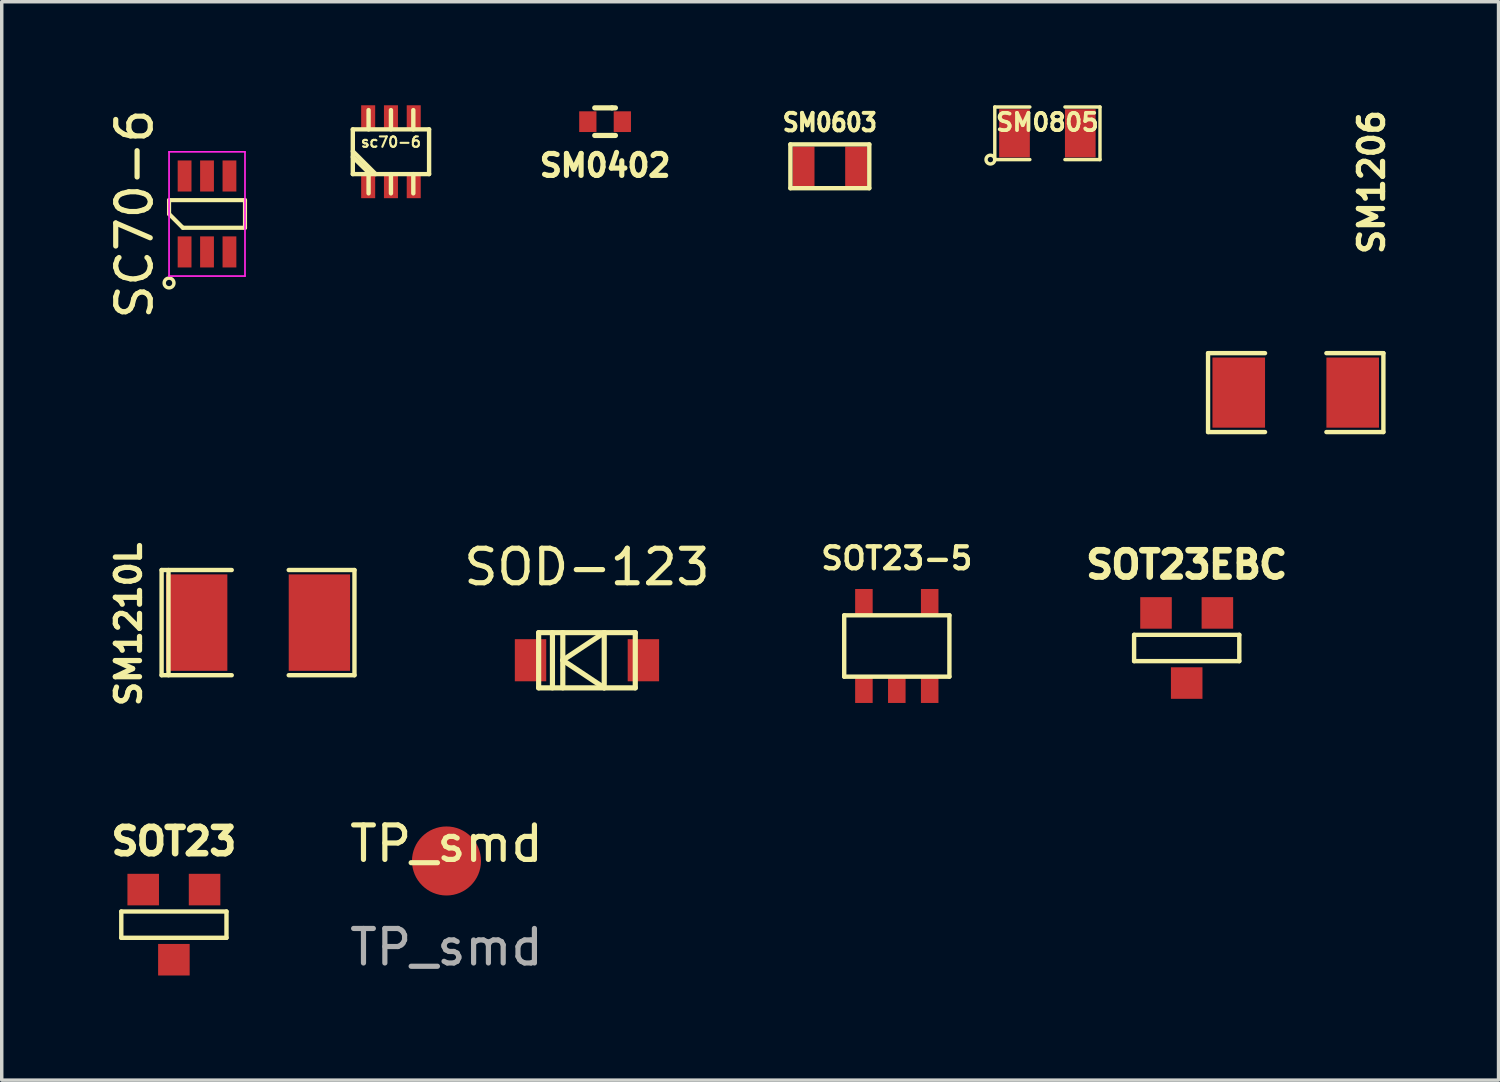
<source format=kicad_pcb>
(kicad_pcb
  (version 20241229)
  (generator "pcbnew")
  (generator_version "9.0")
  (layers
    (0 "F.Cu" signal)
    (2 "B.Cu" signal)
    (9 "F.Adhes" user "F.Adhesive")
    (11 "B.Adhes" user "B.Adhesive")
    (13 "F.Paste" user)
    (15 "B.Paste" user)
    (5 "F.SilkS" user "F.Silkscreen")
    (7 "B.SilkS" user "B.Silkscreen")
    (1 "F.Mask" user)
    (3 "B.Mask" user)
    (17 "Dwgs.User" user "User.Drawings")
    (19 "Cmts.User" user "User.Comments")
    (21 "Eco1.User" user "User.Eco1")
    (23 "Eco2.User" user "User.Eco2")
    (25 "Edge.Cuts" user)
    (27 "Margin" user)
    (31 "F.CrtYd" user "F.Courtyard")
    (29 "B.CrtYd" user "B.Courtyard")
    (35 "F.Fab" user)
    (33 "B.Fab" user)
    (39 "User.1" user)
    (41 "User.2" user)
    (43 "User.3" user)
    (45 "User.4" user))
  (footprint "SOD-123"
    (layer "F.Cu")
    (at 13.956 16.079)
    (property "Reference" "SOD-123" (at 0 -2.7 0) (layer "F.SilkS") (effects (font (size 1 1) (thickness 0.15))))
    (attr smd)
    (fp_line (start -1.4 -0.8) (end 1.4 -0.8) (stroke (width 0.15) (type solid)) (layer "F.SilkS"))
    (fp_line (start -1.4 0.8) (end -1.4 -0.8) (stroke (width 0.15) (type solid)) (layer "F.SilkS"))
    (fp_line (start -1 -0.8) (end -1 0.8) (stroke (width 0.15) (type solid)) (layer "F.SilkS"))
    (fp_line (start -0.7 -0.8) (end -0.7 0.8) (stroke (width 0.15) (type solid)) (layer "F.SilkS"))
    (fp_line (start -0.7 0) (end 0.5 -0.8) (stroke (width 0.15) (type solid)) (layer "F.SilkS"))
    (fp_line (start 0.5 -0.8) (end 0.5 0.8) (stroke (width 0.15) (type solid)) (layer "F.SilkS"))
    (fp_line (start 0.5 0.8) (end -0.7 0) (stroke (width 0.15) (type solid)) (layer "F.SilkS"))
    (fp_line (start 1.4 -0.8) (end 1.4 0.8) (stroke (width 0.15) (type solid)) (layer "F.SilkS"))
    (fp_line (start 1.4 0.8) (end -1.4 0.8) (stroke (width 0.15) (type solid)) (layer "F.SilkS"))
    (pad "A" smd rect (at 1.635 0) (size 0.91 1.22) (layers "F.Cu" "F.Mask" "F.Paste"))
    (pad "K" smd rect (at -1.635 0) (size 0.91 1.22) (layers "F.Cu" "F.Mask" "F.Paste")))
  (footprint "SM1210L"
    (layer "F.Cu")
    (at 4.426 14.989)
    (property "Reference" "SM1210L" (at -3.75 0.05 90) (layer "F.SilkS") (effects (font (size 0.7 0.7) (thickness 0.152))))
    (attr smd)
    (fp_line (start -2.794 -1.524) (end -2.794 1.524) (stroke (width 0.127) (type solid)) (layer "F.SilkS"))
    (fp_line (start -2.794 1.524) (end -0.762 1.524) (stroke (width 0.127) (type solid)) (layer "F.SilkS"))
    (fp_line (start -2.594 -1.524) (end -2.594 1.524) (stroke (width 0.127) (type solid)) (layer "F.SilkS"))
    (fp_line (start -0.762 -1.524) (end -2.794 -1.524) (stroke (width 0.127) (type solid)) (layer "F.SilkS"))
    (fp_line (start 0.889 1.524) (end 2.794 1.524) (stroke (width 0.127) (type solid)) (layer "F.SilkS"))
    (fp_line (start 2.794 -1.524) (end 0.889 -1.524) (stroke (width 0.127) (type solid)) (layer "F.SilkS"))
    (fp_line (start 2.794 1.524) (end 2.794 -1.524) (stroke (width 0.127) (type solid)) (layer "F.SilkS"))
    (pad "1" smd rect (at -1.778 0) (size 1.778 2.794) (layers "F.Cu" "F.Mask" "F.Paste"))
    (pad "2" smd rect (at 1.778 0) (size 1.778 2.794) (layers "F.Cu" "F.Mask" "F.Paste")))
  (footprint "SOT23-5"
    (layer "F.Cu")
    (at 22.933 15.666)
    (property "Reference" "SOT23-5" (at 0 -2.54 0) (layer "F.SilkS") (effects (font (size 0.635 0.635) (thickness 0.127))))
    (attr smd)
    (fp_line (start -1.524 -0.889) (end 1.524 -0.889) (stroke (width 0.127) (type solid)) (layer "F.SilkS"))
    (fp_line (start -1.524 0.889) (end -1.524 -0.889) (stroke (width 0.127) (type solid)) (layer "F.SilkS"))
    (fp_line (start 1.524 -0.889) (end 1.524 0.889) (stroke (width 0.127) (type solid)) (layer "F.SilkS"))
    (fp_line (start 1.524 0.889) (end -1.524 0.889) (stroke (width 0.127) (type solid)) (layer "F.SilkS"))
    (pad "1" smd rect (at -0.953 1.27) (size 0.508 0.762) (layers "F.Cu" "F.Mask" "F.Paste"))
    (pad "2" smd rect (at 0 1.27) (size 0.508 0.762) (layers "F.Cu" "F.Mask" "F.Paste"))
    (pad "3" smd rect (at 0.953 1.27) (size 0.508 0.762) (layers "F.Cu" "F.Mask" "F.Paste"))
    (pad "4" smd rect (at 0.953 -1.27) (size 0.508 0.762) (layers "F.Cu" "F.Mask" "F.Paste"))
    (pad "5" smd rect (at -0.953 -1.27) (size 0.508 0.762) (layers "F.Cu" "F.Mask" "F.Paste")))
  (footprint "SM0805"
    (layer "F.Cu")
    (at 27.296 0.812)
    (property "Reference" "SM0805" (at 0 -0.318 0) (layer "F.SilkS") (effects (font (size 0.5 0.5) (thickness 0.109))))
    (attr smd)
    (fp_line (start -1.524 -0.762) (end -0.508 -0.762) (stroke (width 0.099) (type solid)) (layer "F.SilkS"))
    (fp_line (start -1.524 0.762) (end -1.524 -0.762) (stroke (width 0.099) (type solid)) (layer "F.SilkS"))
    (fp_line (start -0.508 0.762) (end -1.524 0.762) (stroke (width 0.099) (type solid)) (layer "F.SilkS"))
    (fp_line (start 0.508 -0.762) (end 1.524 -0.762) (stroke (width 0.099) (type solid)) (layer "F.SilkS"))
    (fp_line (start 1.524 -0.762) (end 1.524 0.762) (stroke (width 0.099) (type solid)) (layer "F.SilkS"))
    (fp_line (start 1.524 0.762) (end 0.508 0.762) (stroke (width 0.099) (type solid)) (layer "F.SilkS"))
    (fp_circle (center -1.651 0.762) (end -1.651 0.635) (stroke (width 0.099) (type solid)) (fill no) (layer "F.SilkS"))
    (pad "1" smd rect (at -0.953 0) (size 0.889 1.397) (layers "F.Cu" "F.Mask" "F.Paste"))
    (pad "2" smd rect (at 0.953 0) (size 0.889 1.397) (layers "F.Cu" "F.Mask" "F.Paste")))
  (footprint "TP_smd"
    (layer "F.Cu")
    (at 9.886 21.895)
    (property "Reference" "TP_smd" (at 0 -0.5 0) (unlocked yes) (layer "F.SilkS") (effects (font (size 1 1) (thickness 0.15))))
    (attr smd)
    (fp_text user "${REFERENCE}" (at 0 2.5 0) (unlocked yes) (layer "F.Fab") (effects (font (size 1 1) (thickness 0.15))))
    (pad "1" smd circle (at 0 0) (size 2 2) (layers "F.Cu" "F.Mask" "F.Paste")))
  (footprint "SOT23EBC"
    (layer "F.Cu")
    (at 31.332 15.724)
    (property "Reference" "SOT23EBC" (at 0 -2.413 0) (layer "F.SilkS") (effects (font (size 0.762 0.762) (thickness 0.191))))
    (attr smd)
    (fp_line (start -1.524 -0.381) (end 1.524 -0.381) (stroke (width 0.127) (type solid)) (layer "F.SilkS"))
    (fp_line (start -1.524 0.381) (end -1.524 -0.381) (stroke (width 0.127) (type solid)) (layer "F.SilkS"))
    (fp_line (start 1.524 -0.381) (end 1.524 0.381) (stroke (width 0.127) (type solid)) (layer "F.SilkS"))
    (fp_line (start 1.524 0.381) (end -1.524 0.381) (stroke (width 0.127) (type solid)) (layer "F.SilkS"))
    (pad "1" smd rect (at -0.889 -1.016) (size 0.914 0.914) (layers "F.Cu" "F.Mask" "F.Paste"))
    (pad "2" smd rect (at 0.889 -1.016) (size 0.914 0.914) (layers "F.Cu" "F.Mask" "F.Paste"))
    (pad "3" smd rect (at 0 1.016) (size 0.914 0.914) (layers "F.Cu" "F.Mask" "F.Paste")))
  (footprint "sc70-6"
    (layer "F.Cu")
    (at 8.277 1.346)
    (property "Reference" "sc70-6" (at 0 -0.279 0) (layer "F.SilkS") (effects (font (size 0.3 0.3) (thickness 0.061))))
    (attr smd)
    (fp_line (start -1.105 -0.648) (end 1.105 -0.648) (stroke (width 0.127) (type solid)) (layer "F.SilkS"))
    (fp_line (start -1.105 0.648) (end -1.105 -0.648) (stroke (width 0.127) (type solid)) (layer "F.SilkS"))
    (fp_line (start -0.648 -0.648) (end -0.648 -1.206) (stroke (width 0.127) (type solid)) (layer "F.SilkS"))
    (fp_line (start -0.648 0.648) (end -0.648 1.206) (stroke (width 0.127) (type solid)) (layer "F.SilkS"))
    (fp_line (start -0.597 0.648) (end -1.105 0.152) (stroke (width 0.127) (type solid)) (layer "F.SilkS"))
    (fp_line (start -0.445 0.648) (end -1.105 -0.013) (stroke (width 0.127) (type solid)) (layer "F.SilkS"))
    (fp_line (start 0 -0.648) (end 0 -1.206) (stroke (width 0.127) (type solid)) (layer "F.SilkS"))
    (fp_line (start 0 0.648) (end 0 1.206) (stroke (width 0.127) (type solid)) (layer "F.SilkS"))
    (fp_line (start 0.648 -0.648) (end 0.648 -1.206) (stroke (width 0.127) (type solid)) (layer "F.SilkS"))
    (fp_line (start 0.648 0.648) (end 0.648 1.206) (stroke (width 0.127) (type solid)) (layer "F.SilkS"))
    (fp_line (start 1.105 -0.648) (end 1.105 0.648) (stroke (width 0.127) (type solid)) (layer "F.SilkS"))
    (fp_line (start 1.105 0.648) (end -1.105 0.648) (stroke (width 0.127) (type solid)) (layer "F.SilkS"))
    (pad "1" smd rect (at -0.66 1.016) (size 0.406 0.66) (layers "F.Cu" "F.Mask" "F.Paste"))
    (pad "2" smd rect (at 0 1.016) (size 0.406 0.66) (layers "F.Cu" "F.Mask" "F.Paste"))
    (pad "3" smd rect (at 0.66 1.016) (size 0.406 0.66) (layers "F.Cu" "F.Mask" "F.Paste"))
    (pad "4" smd rect (at 0.66 -1.016) (size 0.406 0.66) (layers "F.Cu" "F.Mask" "F.Paste"))
    (pad "5" smd rect (at 0 -1.016) (size 0.406 0.66) (layers "F.Cu" "F.Mask" "F.Paste"))
    (pad "6" smd rect (at -0.66 -1.016) (size 0.406 0.66) (layers "F.Cu" "F.Mask" "F.Paste")))
  (footprint "SM1206"
    (layer "F.Cu")
    (at 34.491 8.325)
    (property "Reference" "SM1206" (at 2.2 -6.1 90) (layer "F.SilkS") (effects (font (size 0.7 0.7) (thickness 0.152))))
    (attr smd)
    (fp_line (start -2.54 -1.143) (end -2.54 1.143) (stroke (width 0.127) (type solid)) (layer "F.SilkS"))
    (fp_line (start -2.54 1.143) (end -0.889 1.143) (stroke (width 0.127) (type solid)) (layer "F.SilkS"))
    (fp_line (start -0.889 -1.143) (end -2.54 -1.143) (stroke (width 0.127) (type solid)) (layer "F.SilkS"))
    (fp_line (start 0.889 -1.143) (end 2.54 -1.143) (stroke (width 0.127) (type solid)) (layer "F.SilkS"))
    (fp_line (start 2.54 -1.143) (end 2.54 1.143) (stroke (width 0.127) (type solid)) (layer "F.SilkS"))
    (fp_line (start 2.54 1.143) (end 0.889 1.143) (stroke (width 0.127) (type solid)) (layer "F.SilkS"))
    (pad "1" smd rect (at -1.651 0) (size 1.524 2.032) (layers "F.Cu" "F.Mask" "F.Paste"))
    (pad "2" smd rect (at 1.651 0) (size 1.524 2.032) (layers "F.Cu" "F.Mask" "F.Paste")))
  (footprint "SM0402"
    (layer "F.Cu")
    (at 14.481 0.475)
    (property "Reference" "SM0402" (at 0 1.27 0) (layer "F.SilkS") (effects (font (size 0.635 0.635) (thickness 0.15))))
    (attr through_hole)
    (fp_line (start -0.3 -0.4) (end 0.2 -0.4) (stroke (width 0.15) (type solid)) (layer "F.SilkS"))
    (fp_line (start -0.3 0.4) (end 0.2 0.4) (stroke (width 0.15) (type solid)) (layer "F.SilkS"))
    (fp_line (start 0.2 -0.4) (end 0.3 -0.4) (stroke (width 0.15) (type solid)) (layer "F.SilkS"))
    (fp_line (start 0.2 0.4) (end 0.3 0.4) (stroke (width 0.15) (type solid)) (layer "F.SilkS"))
    (pad "1" smd rect (at -0.5 0) (size 0.5 0.6) (layers "F.Cu" "F.Mask" "F.Paste"))
    (pad "2" smd rect (at 0.5 0) (size 0.5 0.6) (layers "F.Cu" "F.Mask" "F.Paste")))
  (footprint "SOT23"
    (layer "F.Cu")
    (at 1.988 23.74)
    (property "Reference" "SOT23" (at 0 -2.413 0) (layer "F.SilkS") (effects (font (size 0.762 0.762) (thickness 0.191))))
    (attr smd)
    (fp_line (start -1.524 -0.381) (end 1.524 -0.381) (stroke (width 0.127) (type solid)) (layer "F.SilkS"))
    (fp_line (start -1.524 0.381) (end -1.524 -0.381) (stroke (width 0.127) (type solid)) (layer "F.SilkS"))
    (fp_line (start 1.524 -0.381) (end 1.524 0.381) (stroke (width 0.127) (type solid)) (layer "F.SilkS"))
    (fp_line (start 1.524 0.381) (end -1.524 0.381) (stroke (width 0.127) (type solid)) (layer "F.SilkS"))
    (pad "1" smd rect (at 0.889 -1.016) (size 0.914 0.914) (layers "F.Cu" "F.Mask" "F.Paste"))
    (pad "2" smd rect (at -0.889 -1.016) (size 0.914 0.914) (layers "F.Cu" "F.Mask" "F.Paste"))
    (pad "3" smd rect (at 0 1.016) (size 0.914 0.914) (layers "F.Cu" "F.Mask" "F.Paste")))
  (footprint "SC70-6"
    (layer "F.Cu")
    (at 2.948 3.149)
    (property "Reference" "SC70-6" (at -2.1 0 90) (layer "F.SilkS") (effects (font (size 1 1) (thickness 0.15))))
    (attr smd)
    (fp_line (start -1.1 -0.4) (end 1.1 -0.4) (stroke (width 0.12) (type default)) (layer "F.SilkS"))
    (fp_line (start -1.1 0) (end -1.1 -0.4) (stroke (width 0.12) (type default)) (layer "F.SilkS"))
    (fp_line (start -0.7 0.4) (end -1.1 0) (stroke (width 0.12) (type default)) (layer "F.SilkS"))
    (fp_line (start 1.1 -0.4) (end 1.1 0.4) (stroke (width 0.12) (type default)) (layer "F.SilkS"))
    (fp_line (start 1.1 0.4) (end -0.7 0.4) (stroke (width 0.12) (type default)) (layer "F.SilkS"))
    (fp_circle (center -1.1 2) (end -1 2.1) (stroke (width 0.1) (type default)) (fill no) (layer "F.SilkS"))
    (fp_line (start -1.1 -1.8) (end 1.1 -1.8) (stroke (width 0.05) (type default)) (layer "F.CrtYd"))
    (fp_line (start -1.1 1.8) (end -1.1 -1.8) (stroke (width 0.05) (type default)) (layer "F.CrtYd"))
    (fp_line (start 1.1 -1.8) (end 1.1 1.8) (stroke (width 0.05) (type default)) (layer "F.CrtYd"))
    (fp_line (start 1.1 1.8) (end -1.1 1.8) (stroke (width 0.05) (type default)) (layer "F.CrtYd"))
    (pad "1" smd rect (at -0.65 1.1) (size 0.4 0.9) (layers "F.Cu" "F.Mask" "F.Paste"))
    (pad "2" smd rect (at 0 1.1) (size 0.4 0.9) (layers "F.Cu" "F.Mask" "F.Paste"))
    (pad "3" smd rect (at 0.65 1.1) (size 0.4 0.9) (layers "F.Cu" "F.Mask" "F.Paste"))
    (pad "4" smd rect (at 0.65 -1.1) (size 0.4 0.9) (layers "F.Cu" "F.Mask" "F.Paste"))
    (pad "5" smd rect (at 0 -1.1) (size 0.4 0.9) (layers "F.Cu" "F.Mask" "F.Paste"))
    (pad "6" smd rect (at -0.65 -1.1) (size 0.4 0.9) (layers "F.Cu" "F.Mask" "F.Paste")))
  (footprint "SM0603"
    (layer "F.Cu")
    (at 20.993 1.768)
    (property "Reference" "SM0603" (at 0 -1.27 0) (layer "F.SilkS") (effects (font (size 0.508 0.457) (thickness 0.114))))
    (attr smd)
    (fp_line (start -1.143 -0.635) (end 1.143 -0.635) (stroke (width 0.127) (type solid)) (layer "F.SilkS"))
    (fp_line (start -1.143 0.635) (end -1.143 -0.635) (stroke (width 0.127) (type solid)) (layer "F.SilkS"))
    (fp_line (start 1.143 -0.635) (end 1.143 0.635) (stroke (width 0.127) (type solid)) (layer "F.SilkS"))
    (fp_line (start 1.143 0.635) (end -1.143 0.635) (stroke (width 0.127) (type solid)) (layer "F.SilkS"))
    (pad "1" smd rect (at -0.762 0) (size 0.635 1.143) (layers "F.Cu" "F.Mask" "F.Paste"))
    (pad "2" smd rect (at 0.762 0) (size 0.635 1.143) (layers "F.Cu" "F.Mask" "F.Paste")))
  (gr_rect
    (start -3 -3)
    (end 40.367 28.244)
    (stroke (width 0.1) (type default))
    (fill no)
    (layer "Edge.Cuts")))
</source>
